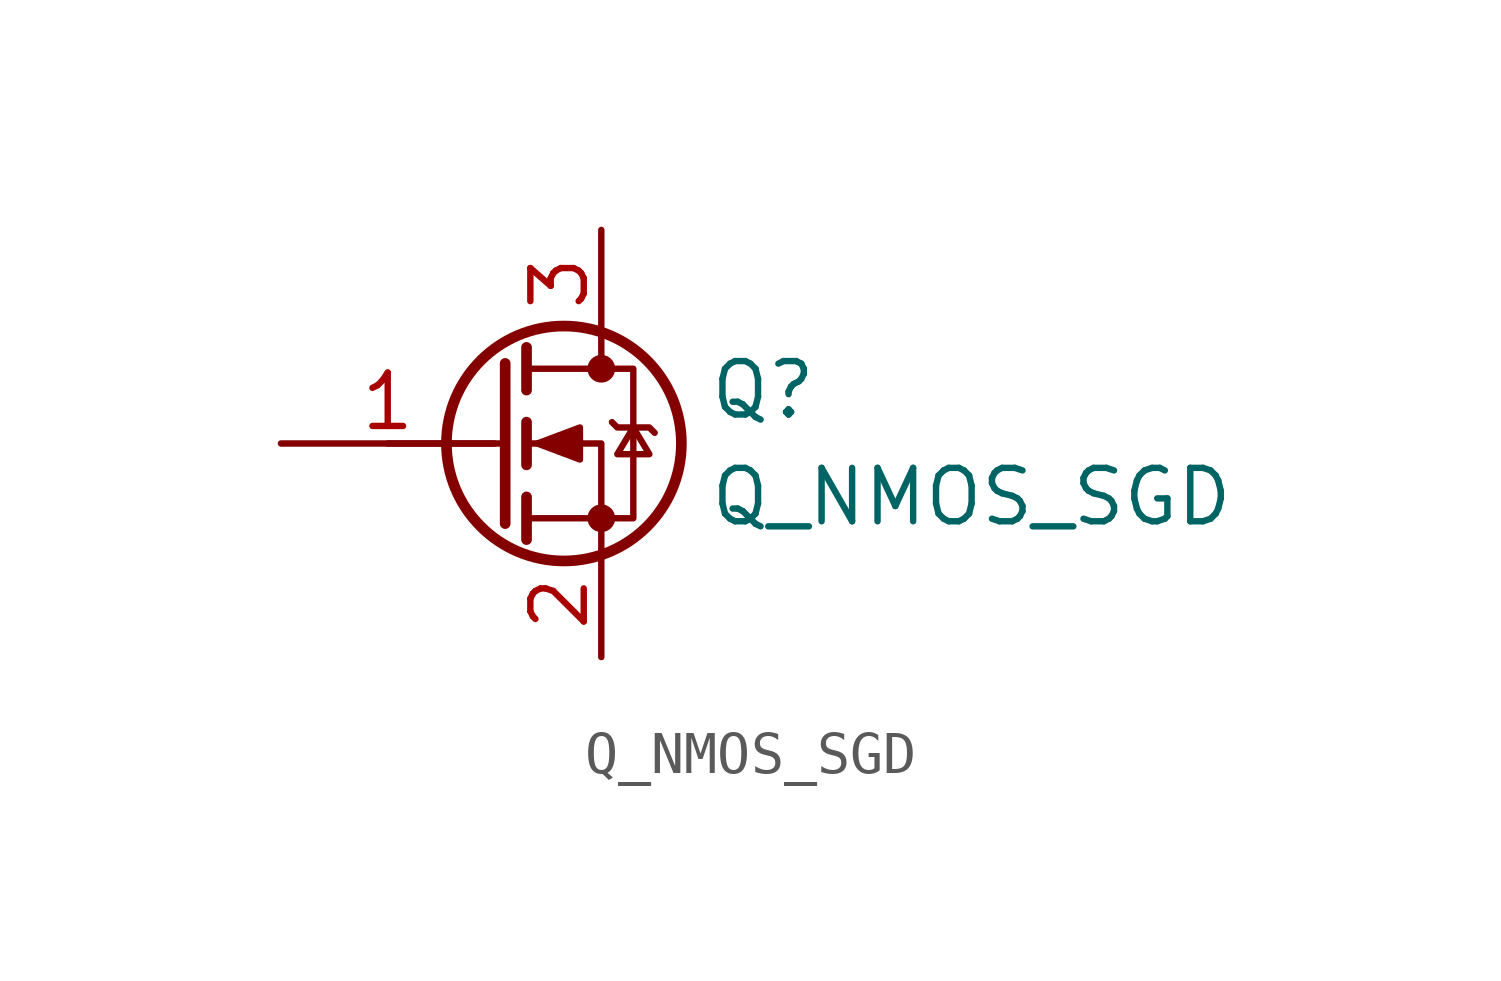
<source format=kicad_sym>
(kicad_symbol_lib
  (version 20220914)
  (generator kicad_symbol_editor)
  (symbol "Q_NMOS_SGD"
    (pin_names
      (offset 0) hide)
    (property "Reference" "Q"
      (at 5.08 1.27 0)
      (effects (font (size 1.27 1.27)) (justify left)))
    (property "Value" "Q_NMOS_SGD"
      (at 5.08 -1.27 0)
      (effects (font (size 1.27 1.27)) (justify left)))
    (symbol "Q_NMOS_SGD_0_1"
      (polyline (pts (xy 0.254 0) (xy -2.54 0)) (stroke (width 0) (type default)) (fill (type none)))
      (polyline (pts (xy 0.254 1.905) (xy 0.254 -1.905)) (stroke (width 0.254) (type default)) (fill (type none)))
      (polyline (pts (xy 0.762 -1.27) (xy 0.762 -2.286)) (stroke (width 0.254) (type default)) (fill (type none)))
      (polyline (pts (xy 0.762 0.508) (xy 0.762 -0.508)) (stroke (width 0.254) (type default)) (fill (type none)))
      (polyline (pts (xy 0.762 2.286) (xy 0.762 1.27)) (stroke (width 0.254) (type default)) (fill (type none)))
      (polyline (pts (xy 2.54 2.54) (xy 2.54 1.778)) (stroke (width 0) (type default)) (fill (type none)))
      (polyline (pts (xy 2.54 -2.54) (xy 2.54 0) (xy 0.762 0)) (stroke (width 0) (type default)) (fill (type none)))
      (polyline (pts (xy 0.762 -1.778) (xy 3.302 -1.778) (xy 3.302 1.778) (xy 0.762 1.778)) (stroke (width 0) (type default)) (fill (type none)))
      (polyline (pts (xy 1.016 0) (xy 2.032 0.381) (xy 2.032 -0.381) (xy 1.016 0)) (stroke (width 0) (type default)) (fill (type outline)))
      (polyline (pts (xy 2.794 0.508) (xy 2.921 0.381) (xy 3.683 0.381) (xy 3.81 0.254)) (stroke (width 0) (type default)) (fill (type none)))
      (polyline (pts (xy 3.302 0.381) (xy 2.921 -0.254) (xy 3.683 -0.254) (xy 3.302 0.381)) (stroke (width 0) (type default)) (fill (type none)))
      (circle (center 1.651 0) (radius 2.794) (stroke (width 0.254) (type default)) (fill (type none)))
      (circle (center 2.54 -1.778) (radius 0.254) (stroke (width 0) (type default)) (fill (type outline)))
      (circle (center 2.54 1.778) (radius 0.254) (stroke (width 0) (type default)) (fill (type outline))))
    (symbol "Q_NMOS_SGD_1_1"
      (pin input line (at -5.08 0 0) (length 5.08) (name "G" (effects (font (size 1.27 1.27)))) (number "1" (effects (font (size 1.27 1.27)))))
      (pin passive line (at 2.54 -5.08 90) (length 2.54) (name "S" (effects (font (size 1.27 1.27)))) (number "2" (effects (font (size 1.27 1.27)))))
      (pin passive line (at 2.54 5.08 270) (length 2.54) (name "D" (effects (font (size 1.27 1.27)))) (number "3" (effects (font (size 1.27 1.27))))))))
</source>
